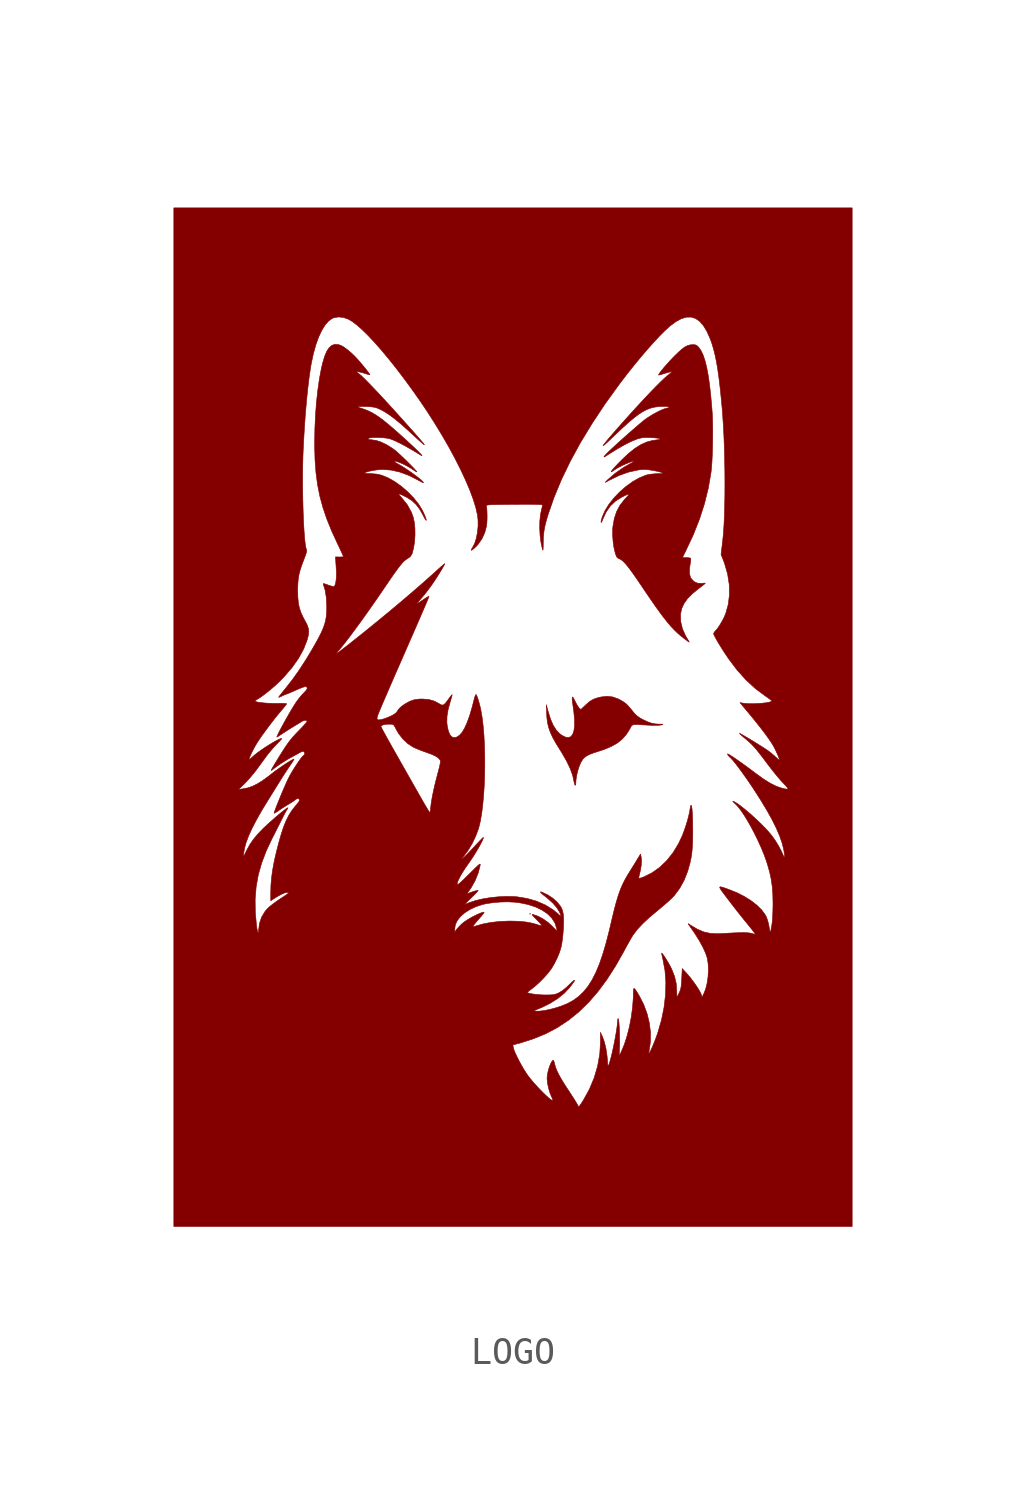
<source format=kicad_sym>
(kicad_symbol_lib
  (version 20220914)
  (generator bitmap2component)
  (symbol "LOGO"
    (pin_names
      (offset 1.016))
    (property "Reference" "#G"
      (at 0 18.436 0)
      (effects (font (size 1.27 1.27)) hide))
    (symbol "LOGO_0_0"
      (polyline (pts (xy 12.7 0) (xy 12.7 19.071) (xy 0 19.071) (xy -12.7 19.071) (xy -12.7 0) (xy -12.7 -2.705) (xy -10.274 -2.705) (xy -10.046 -2.481) (xy -9.983 -2.417) (xy -9.856 -2.277) (xy -9.728 -2.126) (xy -9.619 -1.987) (xy -9.565 -1.913) (xy -9.452 -1.758) (xy -9.335 -1.599) (xy -9.235 -1.462) (xy -9.188 -1.4) (xy -9.075 -1.26) (xy -8.955 -1.122) (xy -8.848 -1.009) (xy -8.792 -0.952) (xy -8.72 -0.877) (xy -8.674 -0.823) (xy -8.659 -0.8) (xy -8.661 -0.799) (xy -8.7 -0.803) (xy -8.776 -0.835) (xy -8.882 -0.889) (xy -9.008 -0.961) (xy -9.147 -1.045) (xy -9.29 -1.137) (xy -9.43 -1.232) (xy -9.557 -1.323) (xy -9.665 -1.407) (xy -9.745 -1.478) (xy -9.802 -1.531) (xy -9.854 -1.573) (xy -9.88 -1.583) (xy -9.881 -1.564) (xy -9.862 -1.502) (xy -9.822 -1.409) (xy -9.768 -1.296) (xy -9.705 -1.172) (xy -9.636 -1.049) (xy -9.568 -0.937) (xy -9.501 -0.835) (xy -9.382 -0.664) (xy -9.243 -0.473) (xy -9.093 -0.273) (xy -8.943 -0.078) (xy -8.801 0.1) (xy -8.678 0.247) (xy -8.611 0.325) (xy -8.541 0.41) (xy -8.494 0.472) (xy -8.476 0.502) (xy -8.476 0.503) (xy -8.506 0.511) (xy -8.581 0.516) (xy -8.691 0.518) (xy -8.823 0.516) (xy -8.938 0.515) (xy -9.102 0.519) (xy -9.262 0.528) (xy -9.408 0.542) (xy -9.529 0.558) (xy -9.614 0.578) (xy -9.654 0.598) (xy -9.655 0.6) (xy -9.639 0.629) (xy -9.587 0.664) (xy -9.501 0.715) (xy -9.37 0.806) (xy -9.218 0.922) (xy -9.056 1.054) (xy -8.897 1.193) (xy -8.749 1.331) (xy -8.565 1.52) (xy -8.272 1.861) (xy -8.031 2.202) (xy -7.844 2.543) (xy -7.712 2.881) (xy -7.668 3.044) (xy -7.649 3.189) (xy -7.662 3.321) (xy -7.708 3.457) (xy -7.791 3.615) (xy -7.843 3.711) (xy -7.933 3.9) (xy -7.997 4.083) (xy -8.037 4.277) (xy -8.057 4.495) (xy -8.062 4.754) (xy -8.062 4.819) (xy -8.055 5.017) (xy -8.039 5.19) (xy -8.011 5.352) (xy -7.967 5.519) (xy -7.905 5.706) (xy -7.821 5.928) (xy -7.797 5.99) (xy -7.754 6.109) (xy -7.731 6.191) (xy -7.726 6.246) (xy -7.736 6.283) (xy -7.748 6.316) (xy -7.769 6.417) (xy -7.789 6.566) (xy -7.808 6.757) (xy -7.824 6.985) (xy -7.839 7.244) (xy -7.852 7.529) (xy -7.862 7.832) (xy -7.87 8.15) (xy -7.875 8.476) (xy -7.878 8.805) (xy -7.877 9.131) (xy -7.873 9.448) (xy -7.866 9.75) (xy -7.855 10.033) (xy -7.841 10.306) (xy -7.81 10.843) (xy -7.773 11.36) (xy -7.731 11.848) (xy -7.685 12.301) (xy -7.635 12.712) (xy -7.583 13.073) (xy -7.551 13.258) (xy -7.473 13.618) (xy -7.382 13.944) (xy -7.278 14.232) (xy -7.164 14.478) (xy -7.04 14.679) (xy -6.91 14.83) (xy -6.773 14.929) (xy -6.701 14.959) (xy -6.533 14.986) (xy -6.35 14.967) (xy -6.166 14.903) (xy -6.02 14.817) (xy -5.842 14.682) (xy -5.641 14.504) (xy -5.419 14.285) (xy -5.179 14.029) (xy -4.923 13.738) (xy -4.654 13.415) (xy -4.373 13.063) (xy -4.085 12.685) (xy -3.791 12.284) (xy -3.494 11.863) (xy -3.239 11.486) (xy -2.946 11.031) (xy -2.67 10.578) (xy -2.412 10.132) (xy -2.176 9.696) (xy -1.963 9.275) (xy -1.776 8.875) (xy -1.616 8.499) (xy -1.488 8.153) (xy -1.391 7.84) (xy -1.33 7.565) (xy -1.309 7.382) (xy -1.308 7.15) (xy -1.331 6.917) (xy -1.375 6.697) (xy -1.437 6.503) (xy -1.517 6.35) (xy -1.519 6.347) (xy -1.56 6.278) (xy -1.565 6.249) (xy -1.534 6.26) (xy -1.47 6.309) (xy -1.376 6.397) (xy -1.307 6.471) (xy -1.165 6.676) (xy -1.057 6.91) (xy -0.991 7.159) (xy -0.98 7.254) (xy -0.972 7.393) (xy -0.97 7.546) (xy -0.974 7.697) (xy -0.982 7.827) (xy -0.996 7.918) (xy -0.996 7.92) (xy -0.991 7.931) (xy -0.971 7.939) (xy -0.929 7.947) (xy -0.861 7.952) (xy -0.762 7.957) (xy -0.626 7.96) (xy -0.449 7.963) (xy -0.226 7.966) (xy 0.05 7.968) (xy 0.07 7.968) (xy 0.35 7.97) (xy 0.577 7.97) (xy 0.757 7.969) (xy 0.895 7.966) (xy 0.994 7.962) (xy 1.059 7.957) (xy 1.095 7.949) (xy 1.105 7.94) (xy 1.101 7.912) (xy 1.086 7.84) (xy 1.062 7.748) (xy 1.024 7.555) (xy 1.003 7.322) (xy 1 7.068) (xy 1.013 6.809) (xy 1.044 6.562) (xy 1.09 6.343) (xy 1.107 6.285) (xy 1.117 6.256) (xy 1.124 6.261) (xy 1.128 6.307) (xy 1.131 6.399) (xy 1.132 6.542) (xy 1.132 6.554) (xy 1.139 6.757) (xy 1.157 6.942) (xy 1.189 7.126) (xy 1.238 7.327) (xy 1.306 7.563) (xy 1.532 8.216) (xy 1.81 8.888) (xy 2.142 9.576) (xy 2.525 10.279) (xy 2.961 10.997) (xy 3.447 11.729) (xy 3.984 12.473) (xy 4.015 12.514) (xy 4.271 12.848) (xy 4.529 13.172) (xy 4.785 13.483) (xy 5.034 13.774) (xy 5.271 14.04) (xy 5.491 14.276) (xy 5.69 14.475) (xy 5.862 14.632) (xy 5.872 14.641) (xy 6.094 14.808) (xy 6.3 14.92) (xy 6.492 14.978) (xy 6.67 14.981) (xy 6.836 14.929) (xy 6.989 14.822) (xy 7.131 14.659) (xy 7.263 14.441) (xy 7.384 14.168) (xy 7.446 13.996) (xy 7.508 13.79) (xy 7.565 13.564) (xy 7.617 13.312) (xy 7.665 13.031) (xy 7.71 12.713) (xy 7.753 12.355) (xy 7.795 11.95) (xy 7.837 11.494) (xy 7.849 11.335) (xy 7.875 10.951) (xy 7.897 10.541) (xy 7.913 10.111) (xy 7.925 9.669) (xy 7.933 9.222) (xy 7.936 8.779) (xy 7.934 8.347) (xy 7.927 7.933) (xy 7.916 7.546) (xy 7.9 7.192) (xy 7.879 6.879) (xy 7.853 6.616) (xy 7.791 6.094) (xy 7.877 5.877) (xy 7.926 5.745) (xy 8.037 5.354) (xy 8.097 4.968) (xy 8.105 4.591) (xy 8.062 4.228) (xy 7.965 3.882) (xy 7.958 3.862) (xy 7.896 3.72) (xy 7.816 3.57) (xy 7.73 3.427) (xy 7.645 3.306) (xy 7.571 3.223) (xy 7.532 3.176) (xy 7.512 3.123) (xy 7.519 3.099) (xy 7.552 3.027) (xy 7.609 2.922) (xy 7.684 2.792) (xy 7.773 2.646) (xy 7.87 2.492) (xy 7.971 2.338) (xy 8.07 2.192) (xy 8.073 2.187) (xy 8.391 1.766) (xy 8.722 1.397) (xy 9.07 1.076) (xy 9.44 0.799) (xy 9.511 0.75) (xy 9.601 0.685) (xy 9.664 0.635) (xy 9.689 0.609) (xy 9.689 0.603) (xy 9.656 0.58) (xy 9.579 0.558) (xy 9.468 0.539) (xy 9.332 0.524) (xy 9.18 0.513) (xy 9.024 0.506) (xy 8.872 0.505) (xy 8.735 0.511) (xy 8.622 0.524) (xy 8.498 0.545) (xy 8.839 0.137) (xy 8.866 0.104) (xy 9.072 -0.147) (xy 9.261 -0.385) (xy 9.428 -0.604) (xy 9.569 -0.798) (xy 9.68 -0.962) (xy 9.757 -1.089) (xy 9.769 -1.112) (xy 9.829 -1.231) (xy 9.886 -1.353) (xy 9.934 -1.463) (xy 9.966 -1.55) (xy 9.979 -1.6) (xy 9.979 -1.601) (xy 9.96 -1.597) (xy 9.911 -1.561) (xy 9.844 -1.5) (xy 9.778 -1.439) (xy 9.663 -1.342) (xy 9.553 -1.257) (xy 9.514 -1.23) (xy 9.42 -1.168) (xy 9.3 -1.091) (xy 9.161 -1.004) (xy 9.014 -0.913) (xy 8.869 -0.825) (xy 8.734 -0.744) (xy 8.619 -0.677) (xy 8.533 -0.629) (xy 8.485 -0.605) (xy 8.481 -0.61) (xy 8.511 -0.642) (xy 8.573 -0.698) (xy 8.66 -0.772) (xy 8.728 -0.827) (xy 8.833 -0.918) (xy 8.929 -1.009) (xy 9.023 -1.108) (xy 9.121 -1.221) (xy 9.231 -1.358) (xy 9.36 -1.525) (xy 9.514 -1.731) (xy 9.526 -1.747) (xy 9.653 -1.913) (xy 9.784 -2.079) (xy 9.911 -2.234) (xy 10.024 -2.365) (xy 10.113 -2.462) (xy 10.129 -2.479) (xy 10.227 -2.581) (xy 10.282 -2.649) (xy 10.293 -2.687) (xy 10.259 -2.697) (xy 10.179 -2.684) (xy 10.051 -2.653) (xy 10.05 -2.652) (xy 9.851 -2.583) (xy 9.629 -2.471) (xy 9.379 -2.315) (xy 9.1 -2.113) (xy 8.952 -2.002) (xy 8.75 -1.852) (xy 8.557 -1.713) (xy 8.383 -1.59) (xy 8.236 -1.49) (xy 8.126 -1.419) (xy 8.082 -1.393) (xy 8.04 -1.372) (xy 8.031 -1.378) (xy 8.047 -1.412) (xy 8.084 -1.464) (xy 8.145 -1.523) (xy 8.166 -1.543) (xy 8.232 -1.615) (xy 8.32 -1.723) (xy 8.427 -1.861) (xy 8.546 -2.02) (xy 8.671 -2.195) (xy 8.799 -2.377) (xy 8.923 -2.559) (xy 8.998 -2.672) (xy 9.27 -3.096) (xy 9.504 -3.484) (xy 9.701 -3.837) (xy 9.861 -4.159) (xy 9.986 -4.451) (xy 10.077 -4.715) (xy 10.136 -4.955) (xy 10.148 -5.023) (xy 10.167 -5.149) (xy 10.171 -5.222) (xy 10.16 -5.242) (xy 10.134 -5.208) (xy 10.094 -5.12) (xy 10.058 -5.037) (xy 9.953 -4.835) (xy 9.825 -4.625) (xy 9.686 -4.429) (xy 9.668 -4.407) (xy 9.562 -4.281) (xy 9.432 -4.141) (xy 9.285 -3.992) (xy 9.126 -3.84) (xy 8.963 -3.69) (xy 8.8 -3.548) (xy 8.646 -3.42) (xy 8.506 -3.31) (xy 8.386 -3.225) (xy 8.292 -3.17) (xy 8.232 -3.15) (xy 8.234 -3.16) (xy 8.269 -3.197) (xy 8.33 -3.253) (xy 8.415 -3.339) (xy 8.527 -3.482) (xy 8.651 -3.663) (xy 8.782 -3.876) (xy 8.916 -4.112) (xy 9.048 -4.364) (xy 9.176 -4.625) (xy 9.294 -4.886) (xy 9.398 -5.139) (xy 9.485 -5.378) (xy 9.527 -5.51) (xy 9.61 -5.798) (xy 9.668 -6.069) (xy 9.707 -6.343) (xy 9.729 -6.636) (xy 9.736 -6.967) (xy 9.735 -7.073) (xy 9.731 -7.277) (xy 9.723 -7.463) (xy 9.713 -7.62) (xy 9.699 -7.734) (xy 9.69 -7.79) (xy 9.667 -7.926) (xy 9.649 -8.01) (xy 9.635 -8.043) (xy 9.622 -8.03) (xy 9.609 -7.971) (xy 9.593 -7.87) (xy 9.592 -7.862) (xy 9.565 -7.726) (xy 9.527 -7.589) (xy 9.487 -7.48) (xy 9.444 -7.398) (xy 9.312 -7.218) (xy 9.132 -7.041) (xy 8.913 -6.87) (xy 8.66 -6.712) (xy 8.38 -6.57) (xy 8.079 -6.45) (xy 8.001 -6.422) (xy 7.881 -6.38) (xy 7.798 -6.356) (xy 7.751 -6.353) (xy 7.739 -6.376) (xy 7.763 -6.428) (xy 7.821 -6.514) (xy 7.913 -6.637) (xy 8.039 -6.803) (xy 8.158 -6.96) (xy 8.294 -7.135) (xy 8.427 -7.306) (xy 8.547 -7.457) (xy 8.644 -7.577) (xy 8.713 -7.661) (xy 8.847 -7.827) (xy 8.949 -7.954) (xy 9.018 -8.044) (xy 9.059 -8.1) (xy 9.072 -8.125) (xy 9.062 -8.127) (xy 9.014 -8.119) (xy 8.937 -8.097) (xy 8.896 -8.087) (xy 8.825 -8.076) (xy 8.734 -8.069) (xy 8.615 -8.067) (xy 8.464 -8.07) (xy 8.274 -8.077) (xy 8.039 -8.089) (xy 7.753 -8.105) (xy 7.658 -8.109) (xy 7.391 -8.096) (xy 7.146 -8.042) (xy 6.907 -7.942) (xy 6.662 -7.795) (xy 6.599 -7.752) (xy 6.562 -7.731) (xy 6.56 -7.74) (xy 6.585 -7.777) (xy 6.6 -7.798) (xy 6.801 -8.088) (xy 6.971 -8.359) (xy 7.107 -8.606) (xy 7.208 -8.825) (xy 7.271 -9.009) (xy 7.273 -9.017) (xy 7.307 -9.228) (xy 7.317 -9.466) (xy 7.304 -9.715) (xy 7.269 -9.958) (xy 7.214 -10.18) (xy 7.141 -10.364) (xy 7.077 -10.486) (xy 7.054 -10.397) (xy 7.042 -10.364) (xy 6.994 -10.267) (xy 6.92 -10.143) (xy 6.827 -10.005) (xy 6.724 -9.862) (xy 6.619 -9.726) (xy 6.517 -9.608) (xy 6.336 -9.412) (xy 6.319 -9.779) (xy 6.31 -9.936) (xy 6.299 -10.058) (xy 6.284 -10.151) (xy 6.261 -10.23) (xy 6.228 -10.309) (xy 6.192 -10.387) (xy 6.16 -10.448) (xy 6.143 -10.472) (xy 6.141 -10.469) (xy 6.136 -10.427) (xy 6.133 -10.345) (xy 6.131 -10.238) (xy 6.112 -9.975) (xy 6.049 -9.704) (xy 5.938 -9.425) (xy 5.933 -9.415) (xy 5.881 -9.315) (xy 5.819 -9.203) (xy 5.752 -9.09) (xy 5.687 -8.987) (xy 5.63 -8.903) (xy 5.588 -8.849) (xy 5.567 -8.834) (xy 5.566 -8.836) (xy 5.57 -8.876) (xy 5.586 -8.954) (xy 5.61 -9.056) (xy 5.615 -9.077) (xy 5.691 -9.49) (xy 5.723 -9.93) (xy 5.711 -10.391) (xy 5.656 -10.865) (xy 5.558 -11.347) (xy 5.418 -11.828) (xy 5.4 -11.88) (xy 5.349 -12.021) (xy 5.293 -12.165) (xy 5.237 -12.302) (xy 5.184 -12.423) (xy 5.139 -12.518) (xy 5.106 -12.579) (xy 5.088 -12.595) (xy 5.087 -12.589) (xy 5.09 -12.54) (xy 5.102 -12.454) (xy 5.12 -12.344) (xy 5.147 -12.133) (xy 5.148 -11.797) (xy 5.105 -11.45) (xy 5.02 -11.101) (xy 4.895 -10.762) (xy 4.733 -10.444) (xy 4.677 -10.35) (xy 4.608 -10.24) (xy 4.561 -10.175) (xy 4.532 -10.155) (xy 4.515 -10.178) (xy 4.509 -10.242) (xy 4.507 -10.345) (xy 4.503 -10.523) (xy 4.476 -10.875) (xy 4.427 -11.238) (xy 4.357 -11.598) (xy 4.27 -11.942) (xy 4.168 -12.257) (xy 4.054 -12.53) (xy 3.972 -12.7) (xy 3.988 -12.402) (xy 3.99 -12.379) (xy 3.993 -12.242) (xy 3.994 -12.088) (xy 3.991 -11.924) (xy 3.986 -11.761) (xy 3.979 -11.608) (xy 3.97 -11.475) (xy 3.96 -11.37) (xy 3.949 -11.303) (xy 3.938 -11.283) (xy 3.934 -11.286) (xy 3.918 -11.331) (xy 3.912 -11.403) (xy 3.91 -11.453) (xy 3.897 -11.585) (xy 3.872 -11.754) (xy 3.839 -11.948) (xy 3.8 -12.157) (xy 3.757 -12.368) (xy 3.712 -12.57) (xy 3.668 -12.751) (xy 3.627 -12.899) (xy 3.592 -13.004) (xy 3.588 -13.011) (xy 3.571 -13.049) (xy 3.56 -13.056) (xy 3.551 -13.028) (xy 3.544 -12.957) (xy 3.535 -12.835) (xy 3.521 -12.681) (xy 3.48 -12.405) (xy 3.422 -12.164) (xy 3.35 -11.966) (xy 3.274 -11.8) (xy 3.273 -12.193) (xy 3.249 -12.607) (xy 3.17 -13.059) (xy 3.039 -13.505) (xy 2.858 -13.938) (xy 2.628 -14.353) (xy 2.588 -14.416) (xy 2.529 -14.504) (xy 2.484 -14.565) (xy 2.462 -14.587) (xy 2.446 -14.575) (xy 2.423 -14.528) (xy 2.422 -14.525) (xy 2.397 -14.479) (xy 2.346 -14.394) (xy 2.275 -14.28) (xy 2.188 -14.145) (xy 2.091 -13.996) (xy 1.942 -13.768) (xy 1.814 -13.56) (xy 1.715 -13.383) (xy 1.642 -13.232) (xy 1.591 -13.1) (xy 1.558 -12.98) (xy 1.543 -12.917) (xy 1.52 -12.859) (xy 1.5 -12.844) (xy 1.498 -12.845) (xy 1.45 -12.9) (xy 1.4 -12.997) (xy 1.353 -13.122) (xy 1.314 -13.26) (xy 1.286 -13.396) (xy 1.276 -13.517) (xy 1.276 -13.539) (xy 1.292 -13.7) (xy 1.328 -13.88) (xy 1.379 -14.056) (xy 1.437 -14.2) (xy 1.463 -14.256) (xy 1.488 -14.321) (xy 1.491 -14.353) (xy 1.469 -14.352) (xy 1.413 -14.318) (xy 1.331 -14.252) (xy 1.229 -14.159) (xy 1.113 -14.047) (xy 0.991 -13.922) (xy 0.867 -13.789) (xy 0.748 -13.655) (xy 0.641 -13.527) (xy 0.551 -13.409) (xy 0.509 -13.349) (xy 0.42 -13.209) (xy 0.327 -13.051) (xy 0.236 -12.886) (xy 0.154 -12.724) (xy 0.085 -12.577) (xy 0.036 -12.457) (xy 0.011 -12.372) (xy -0.004 -12.274) (xy 0.321 -12.184) (xy 0.779 -12.037) (xy 1.239 -11.847) (xy 1.671 -11.617) (xy 2.08 -11.347) (xy 2.467 -11.034) (xy 2.834 -10.676) (xy 3.185 -10.271) (xy 3.521 -9.816) (xy 3.846 -9.309) (xy 4.162 -8.748) (xy 4.212 -8.653) (xy 4.298 -8.498) (xy 4.379 -8.354) (xy 4.448 -8.234) (xy 4.498 -8.153) (xy 4.505 -8.143) (xy 4.654 -7.948) (xy 4.852 -7.736) (xy 5.099 -7.504) (xy 5.398 -7.253) (xy 5.494 -7.174) (xy 5.639 -7.052) (xy 5.775 -6.934) (xy 5.891 -6.83) (xy 5.973 -6.75) (xy 6.051 -6.665) (xy 6.243 -6.406) (xy 6.406 -6.111) (xy 6.532 -5.792) (xy 6.569 -5.671) (xy 6.626 -5.467) (xy 6.668 -5.271) (xy 6.698 -5.071) (xy 6.717 -4.853) (xy 6.728 -4.605) (xy 6.731 -4.314) (xy 6.731 -4.168) (xy 6.728 -3.927) (xy 6.722 -3.721) (xy 6.713 -3.553) (xy 6.702 -3.424) (xy 6.689 -3.338) (xy 6.674 -3.297) (xy 6.658 -3.305) (xy 6.641 -3.364) (xy 6.623 -3.477) (xy 6.614 -3.536) (xy 6.58 -3.69) (xy 6.532 -3.873) (xy 6.472 -4.069) (xy 6.406 -4.261) (xy 6.34 -4.435) (xy 6.199 -4.735) (xy 5.995 -5.071) (xy 5.76 -5.367) (xy 5.498 -5.619) (xy 5.211 -5.824) (xy 4.902 -5.979) (xy 4.815 -6.012) (xy 4.746 -6.032) (xy 4.713 -6.034) (xy 4.711 -6.009) (xy 4.721 -5.944) (xy 4.743 -5.854) (xy 4.775 -5.717) (xy 4.803 -5.534) (xy 4.811 -5.368) (xy 4.799 -5.237) (xy 4.774 -5.124) (xy 4.664 -5.308) (xy 4.629 -5.365) (xy 4.553 -5.489) (xy 4.467 -5.628) (xy 4.384 -5.761) (xy 4.384 -5.761) (xy 4.284 -5.924) (xy 4.196 -6.078) (xy 4.119 -6.229) (xy 4.049 -6.385) (xy 3.984 -6.554) (xy 3.921 -6.742) (xy 3.858 -6.956) (xy 3.792 -7.205) (xy 3.721 -7.495) (xy 3.642 -7.833) (xy 3.603 -7.997) (xy 3.484 -8.462) (xy 3.362 -8.875) (xy 3.236 -9.24) (xy 3.103 -9.559) (xy 2.962 -9.836) (xy 2.81 -10.075) (xy 2.646 -10.278) (xy 2.468 -10.45) (xy 2.274 -10.593) (xy 2.063 -10.711) (xy 1.983 -10.748) (xy 1.786 -10.825) (xy 1.573 -10.893) (xy 1.359 -10.948) (xy 1.156 -10.988) (xy 0.977 -11.008) (xy 0.836 -11.007) (xy 0.826 -11.005) (xy 0.798 -10.998) (xy 0.806 -10.983) (xy 0.857 -10.959) (xy 0.955 -10.919) (xy 1.096 -10.861) (xy 1.401 -10.708) (xy 1.678 -10.532) (xy 1.917 -10.339) (xy 2.109 -10.137) (xy 2.175 -10.053) (xy 2.254 -9.946) (xy 2.298 -9.877) (xy 2.305 -9.848) (xy 2.277 -9.86) (xy 2.213 -9.914) (xy 2.113 -10.01) (xy 1.99 -10.127) (xy 1.843 -10.245) (xy 1.712 -10.323) (xy 1.698 -10.33) (xy 1.621 -10.362) (xy 1.551 -10.383) (xy 1.471 -10.395) (xy 1.365 -10.4) (xy 1.219 -10.401) (xy 1.162 -10.401) (xy 1.016 -10.394) (xy 0.872 -10.382) (xy 0.742 -10.365) (xy 0.636 -10.346) (xy 0.565 -10.325) (xy 0.54 -10.305) (xy 0.54 -10.305) (xy 0.563 -10.28) (xy 0.621 -10.233) (xy 0.7 -10.174) (xy 0.703 -10.172) (xy 0.841 -10.062) (xy 0.996 -9.92) (xy 1.152 -9.762) (xy 1.294 -9.604) (xy 1.407 -9.46) (xy 1.436 -9.419) (xy 1.546 -9.234) (xy 1.65 -9.026) (xy 1.737 -8.817) (xy 1.797 -8.627) (xy 1.821 -8.514) (xy 1.849 -8.329) (xy 1.872 -8.118) (xy 1.888 -7.901) (xy 1.896 -7.696) (xy 1.894 -7.521) (xy 1.894 -7.513) (xy 1.88 -7.361) (xy 1.855 -7.245) (xy 1.814 -7.144) (xy 1.786 -7.092) (xy 1.663 -6.934) (xy 1.499 -6.785) (xy 1.304 -6.656) (xy 1.09 -6.555) (xy 1.058 -6.544) (xy 1.025 -6.543) (xy 1.04 -6.572) (xy 1.103 -6.63) (xy 1.215 -6.719) (xy 1.295 -6.782) (xy 1.492 -6.96) (xy 1.643 -7.135) (xy 1.744 -7.3) (xy 1.772 -7.364) (xy 1.797 -7.428) (xy 1.803 -7.456) (xy 1.791 -7.451) (xy 1.747 -7.418) (xy 1.684 -7.363) (xy 1.496 -7.209) (xy 1.206 -7.03) (xy 0.879 -6.888) (xy 0.523 -6.786) (xy 0.143 -6.725) (xy 0.02 -6.716) (xy -0.259 -6.711) (xy -0.556 -6.726) (xy -0.856 -6.758) (xy -1.145 -6.806) (xy -1.407 -6.868) (xy -1.628 -6.942) (xy -1.71 -6.974) (xy -1.777 -7) (xy -1.808 -7.01) (xy -1.808 -7.009) (xy -1.787 -6.984) (xy -1.733 -6.929) (xy -1.653 -6.851) (xy -1.555 -6.758) (xy -1.537 -6.74) (xy -1.442 -6.646) (xy -1.367 -6.568) (xy -1.319 -6.513) (xy -1.306 -6.488) (xy -1.315 -6.485) (xy -1.366 -6.493) (xy -1.453 -6.517) (xy -1.563 -6.554) (xy -1.684 -6.6) (xy -1.69 -6.602) (xy -1.703 -6.594) (xy -1.682 -6.55) (xy -1.624 -6.467) (xy -1.559 -6.373) (xy -1.415 -6.113) (xy -1.302 -5.833) (xy -1.231 -5.555) (xy -1.227 -5.527) (xy -1.228 -5.505) (xy -1.241 -5.501) (xy -1.271 -5.519) (xy -1.321 -5.562) (xy -1.398 -5.635) (xy -1.505 -5.74) (xy -1.647 -5.881) (xy -1.762 -5.994) (xy -1.887 -6.115) (xy -1.979 -6.199) (xy -2.042 -6.25) (xy -2.078 -6.271) (xy -2.092 -6.263) (xy -2.093 -6.262) (xy -2.083 -6.194) (xy -2.043 -6.09) (xy -1.975 -5.956) (xy -1.883 -5.799) (xy -1.772 -5.628) (xy -1.646 -5.449) (xy -1.601 -5.386) (xy -1.515 -5.258) (xy -1.426 -5.118) (xy -1.339 -4.974) (xy -1.26 -4.835) (xy -1.192 -4.71) (xy -1.141 -4.606) (xy -1.112 -4.534) (xy -1.109 -4.5) (xy -1.129 -4.514) (xy -1.181 -4.565) (xy -1.258 -4.645) (xy -1.356 -4.748) (xy -1.467 -4.869) (xy -1.569 -4.978) (xy -1.677 -5.091) (xy -1.769 -5.184) (xy -1.839 -5.25) (xy -1.878 -5.281) (xy -1.891 -5.288) (xy -1.92 -5.3) (xy -1.913 -5.284) (xy -1.869 -5.233) (xy -1.846 -5.207) (xy -1.684 -4.99) (xy -1.531 -4.736) (xy -1.398 -4.458) (xy -1.293 -4.176) (xy -1.285 -4.152) (xy -1.228 -3.921) (xy -1.178 -3.642) (xy -1.137 -3.325) (xy -1.104 -2.975) (xy -1.079 -2.603) (xy -1.063 -2.214) (xy -1.056 -1.817) (xy -1.058 -1.421) (xy -1.069 -1.032) (xy -1.089 -0.66) (xy -1.119 -0.311) (xy -1.158 0.006) (xy -1.206 0.284) (xy -1.228 0.381) (xy -1.264 0.522) (xy -1.301 0.65) (xy -1.337 0.755) (xy -1.367 0.825) (xy -1.388 0.851) (xy -1.39 0.851) (xy -1.409 0.817) (xy -1.434 0.745) (xy -1.461 0.646) (xy -1.529 0.379) (xy -1.621 0.067) (xy -1.716 -0.197) (xy -1.812 -0.41) (xy -1.908 -0.572) (xy -2.004 -0.678) (xy -2.103 -0.744) (xy -2.205 -0.768) (xy -2.292 -0.738) (xy -2.364 -0.653) (xy -2.421 -0.515) (xy -2.463 -0.323) (xy -2.477 -0.19) (xy -2.471 0.036) (xy -2.43 0.284) (xy -2.353 0.565) (xy -2.33 0.641) (xy -2.301 0.742) (xy -2.283 0.814) (xy -2.279 0.844) (xy -2.281 0.844) (xy -2.306 0.819) (xy -2.353 0.761) (xy -2.413 0.678) (xy -2.458 0.616) (xy -2.532 0.521) (xy -2.591 0.468) (xy -2.644 0.452) (xy -2.703 0.468) (xy -2.776 0.512) (xy -2.945 0.602) (xy -3.156 0.662) (xy -3.402 0.681) (xy -3.523 0.677) (xy -3.704 0.651) (xy -3.868 0.594) (xy -4.039 0.498) (xy -4.101 0.457) (xy -4.21 0.374) (xy -4.288 0.291) (xy -4.35 0.196) (xy -4.398 0.146) (xy -4.482 0.089) (xy -4.592 0.033) (xy -4.714 -0.019) (xy -4.837 -0.063) (xy -4.947 -0.092) (xy -5.033 -0.102) (xy -5.082 -0.089) (xy -5.083 -0.088) (xy -5.092 -0.039) (xy -5.074 0.047) (xy -5.053 0.101) (xy -5.011 0.205) (xy -4.948 0.355) (xy -4.867 0.547) (xy -4.767 0.778) (xy -4.652 1.045) (xy -4.522 1.345) (xy -4.379 1.674) (xy -4.223 2.029) (xy -4.17 2.15) (xy -3.99 2.562) (xy -3.831 2.925) (xy -3.692 3.243) (xy -3.572 3.518) (xy -3.47 3.753) (xy -3.385 3.951) (xy -3.314 4.114) (xy -3.258 4.246) (xy -3.215 4.348) (xy -3.183 4.425) (xy -3.162 4.479) (xy -3.15 4.512) (xy -3.147 4.527) (xy -3.151 4.527) (xy -3.19 4.507) (xy -3.261 4.464) (xy -3.352 4.405) (xy -3.388 4.381) (xy -3.482 4.318) (xy -3.557 4.269) (xy -3.598 4.243) (xy -3.599 4.242) (xy -3.595 4.256) (xy -3.558 4.304) (xy -3.496 4.379) (xy -3.413 4.475) (xy -3.32 4.585) (xy -3.199 4.739) (xy -3.078 4.903) (xy -2.972 5.054) (xy -2.922 5.13) (xy -2.824 5.282) (xy -2.734 5.425) (xy -2.659 5.55) (xy -2.601 5.651) (xy -2.566 5.719) (xy -2.557 5.748) (xy -2.566 5.743) (xy -2.609 5.708) (xy -2.683 5.645) (xy -2.779 5.559) (xy -2.892 5.458) (xy -2.98 5.377) (xy -3.347 5.05) (xy -3.751 4.699) (xy -4.184 4.329) (xy -4.64 3.947) (xy -5.111 3.56) (xy -5.588 3.172) (xy -6.066 2.792) (xy -6.211 2.678) (xy -6.363 2.559) (xy -6.476 2.473) (xy -6.553 2.417) (xy -6.597 2.389) (xy -6.61 2.389) (xy -6.596 2.414) (xy -6.558 2.463) (xy -6.498 2.533) (xy -6.4 2.65) (xy -6.257 2.83) (xy -6.091 3.047) (xy -5.906 3.296) (xy -5.706 3.57) (xy -5.495 3.865) (xy -5.277 4.173) (xy -5.057 4.49) (xy -4.838 4.81) (xy -4.804 4.861) (xy -4.635 5.109) (xy -4.493 5.314) (xy -4.374 5.481) (xy -4.275 5.615) (xy -4.192 5.72) (xy -4.122 5.8) (xy -4.061 5.859) (xy -4.005 5.903) (xy -3.952 5.936) (xy -3.849 6.009) (xy -3.788 6.101) (xy -3.774 6.14) (xy -3.721 6.339) (xy -3.686 6.572) (xy -3.669 6.82) (xy -3.672 7.068) (xy -3.695 7.297) (xy -3.738 7.492) (xy -3.808 7.681) (xy -3.961 7.957) (xy -4.166 8.213) (xy -4.172 8.22) (xy -4.241 8.297) (xy -4.274 8.344) (xy -4.266 8.361) (xy -4.218 8.348) (xy -4.125 8.306) (xy -3.986 8.236) (xy -3.965 8.225) (xy -3.785 8.109) (xy -3.632 7.967) (xy -3.496 7.79) (xy -3.369 7.566) (xy -3.357 7.54) (xy -3.3 7.435) (xy -3.263 7.379) (xy -3.246 7.368) (xy -3.248 7.399) (xy -3.27 7.468) (xy -3.312 7.571) (xy -3.373 7.705) (xy -3.394 7.748) (xy -3.537 7.98) (xy -3.722 8.212) (xy -3.938 8.435) (xy -4.176 8.64) (xy -4.426 8.819) (xy -4.676 8.962) (xy -4.918 9.06) (xy -5.081 9.1) (xy -5.349 9.123) (xy -5.389 9.123) (xy -5.484 9.127) (xy -5.545 9.134) (xy -5.562 9.143) (xy -5.555 9.149) (xy -5.49 9.178) (xy -5.386 9.208) (xy -5.256 9.235) (xy -5.114 9.258) (xy -4.974 9.271) (xy -4.887 9.275) (xy -4.571 9.253) (xy -4.243 9.179) (xy -3.906 9.056) (xy -3.567 8.884) (xy -3.535 8.866) (xy -3.446 8.818) (xy -3.382 8.788) (xy -3.353 8.78) (xy -3.352 8.788) (xy -3.381 8.826) (xy -3.446 8.887) (xy -3.542 8.964) (xy -3.658 9.054) (xy -3.789 9.149) (xy -3.927 9.245) (xy -4.064 9.336) (xy -4.193 9.416) (xy -4.305 9.48) (xy -4.32 9.488) (xy -4.399 9.534) (xy -4.447 9.569) (xy -4.455 9.586) (xy -4.434 9.589) (xy -4.357 9.575) (xy -4.25 9.537) (xy -4.122 9.483) (xy -3.986 9.415) (xy -3.853 9.34) (xy -3.735 9.263) (xy -3.675 9.222) (xy -3.621 9.19) (xy -3.6 9.185) (xy -3.608 9.199) (xy -3.649 9.248) (xy -3.719 9.324) (xy -3.812 9.419) (xy -3.918 9.527) (xy -4.032 9.639) (xy -4.146 9.749) (xy -4.251 9.848) (xy -4.341 9.93) (xy -4.408 9.987) (xy -4.52 10.07) (xy -4.731 10.202) (xy -4.938 10.302) (xy -5.133 10.365) (xy -5.304 10.387) (xy -5.375 10.393) (xy -5.421 10.41) (xy -5.425 10.432) (xy -5.379 10.454) (xy -5.374 10.456) (xy -5.281 10.468) (xy -5.151 10.473) (xy -5.002 10.47) (xy -4.851 10.461) (xy -4.718 10.447) (xy -4.619 10.426) (xy -4.606 10.422) (xy -4.447 10.362) (xy -4.249 10.268) (xy -4.013 10.143) (xy -3.744 9.988) (xy -3.444 9.806) (xy -3.434 9.8) (xy -3.408 9.79) (xy -3.421 9.815) (xy -3.473 9.874) (xy -3.562 9.963) (xy -3.684 10.082) (xy -3.84 10.227) (xy -4.025 10.398) (xy -4.194 10.55) (xy -4.436 10.765) (xy -4.647 10.946) (xy -4.831 11.097) (xy -4.995 11.221) (xy -5.143 11.321) (xy -5.281 11.403) (xy -5.414 11.468) (xy -5.547 11.522) (xy -5.685 11.568) (xy -5.761 11.593) (xy -5.803 11.614) (xy -5.795 11.628) (xy -5.735 11.635) (xy -5.622 11.636) (xy -5.454 11.63) (xy -5.362 11.625) (xy -5.245 11.614) (xy -5.152 11.596) (xy -5.063 11.565) (xy -4.957 11.517) (xy -4.845 11.459) (xy -4.651 11.336) (xy -4.433 11.175) (xy -4.189 10.973) (xy -3.915 10.728) (xy -3.832 10.652) (xy -3.65 10.484) (xy -3.509 10.355) (xy -3.407 10.265) (xy -3.344 10.213) (xy -3.319 10.2) (xy -3.332 10.225) (xy -3.382 10.287) (xy -3.468 10.388) (xy -3.589 10.527) (xy -3.745 10.703) (xy -4.008 10.998) (xy -4.286 11.308) (xy -4.549 11.598) (xy -4.794 11.866) (xy -5.019 12.108) (xy -5.221 12.322) (xy -5.397 12.505) (xy -5.544 12.654) (xy -5.659 12.765) (xy -5.74 12.837) (xy -5.882 12.95) (xy -5.769 12.929) (xy -5.725 12.92) (xy -5.616 12.892) (xy -5.507 12.858) (xy -5.444 12.839) (xy -5.382 12.823) (xy -5.358 12.823) (xy -5.361 12.832) (xy -5.393 12.88) (xy -5.451 12.958) (xy -5.529 13.057) (xy -5.619 13.168) (xy -5.716 13.282) (xy -5.81 13.391) (xy -5.91 13.499) (xy -6.057 13.64) (xy -6.203 13.763) (xy -6.336 13.86) (xy -6.446 13.921) (xy -6.533 13.95) (xy -6.664 13.961) (xy -6.779 13.925) (xy -6.882 13.838) (xy -6.973 13.701) (xy -7.054 13.51) (xy -7.127 13.264) (xy -7.173 13.071) (xy -7.247 12.681) (xy -7.309 12.248) (xy -7.36 11.782) (xy -7.397 11.29) (xy -7.419 10.782) (xy -7.427 10.266) (xy -7.427 10.139) (xy -7.413 9.624) (xy -7.377 9.148) (xy -7.318 8.701) (xy -7.232 8.271) (xy -7.117 7.848) (xy -6.971 7.419) (xy -6.791 6.975) (xy -6.574 6.502) (xy -6.507 6.362) (xy -6.444 6.229) (xy -6.394 6.121) (xy -6.362 6.047) (xy -6.35 6.016) (xy -6.362 6.008) (xy -6.416 6) (xy -6.499 5.998) (xy -6.648 6.002) (xy -6.641 5.903) (xy -6.639 5.871) (xy -6.633 5.776) (xy -6.625 5.653) (xy -6.617 5.519) (xy -6.613 5.452) (xy -6.613 5.289) (xy -6.623 5.141) (xy -6.642 5.019) (xy -6.669 4.933) (xy -6.702 4.892) (xy -6.704 4.892) (xy -6.75 4.896) (xy -6.831 4.917) (xy -6.93 4.951) (xy -6.942 4.955) (xy -7.035 4.989) (xy -7.087 5.002) (xy -7.106 4.997) (xy -7.102 4.973) (xy -7.034 4.751) (xy -6.989 4.467) (xy -6.974 4.143) (xy -6.974 4.128) (xy -6.978 3.949) (xy -6.99 3.787) (xy -7.014 3.635) (xy -7.053 3.485) (xy -7.109 3.327) (xy -7.185 3.155) (xy -7.284 2.96) (xy -7.409 2.734) (xy -7.563 2.469) (xy -7.749 2.16) (xy -8.007 1.762) (xy -8.26 1.405) (xy -8.516 1.079) (xy -8.562 1.023) (xy -8.649 0.915) (xy -8.718 0.828) (xy -8.762 0.768) (xy -8.775 0.744) (xy -8.769 0.743) (xy -8.725 0.757) (xy -8.656 0.789) (xy -8.636 0.799) (xy -8.547 0.839) (xy -8.476 0.866) (xy -8.431 0.882) (xy -8.343 0.919) (xy -8.229 0.968) (xy -8.102 1.025) (xy -7.986 1.075) (xy -7.878 1.117) (xy -7.798 1.142) (xy -7.757 1.147) (xy -7.716 1.121) (xy -7.705 1.075) (xy -7.74 1.009) (xy -7.824 0.919) (xy -7.833 0.911) (xy -7.921 0.817) (xy -8.017 0.7) (xy -8.103 0.585) (xy -8.139 0.531) (xy -8.211 0.417) (xy -8.294 0.281) (xy -8.382 0.13) (xy -8.473 -0.028) (xy -8.561 -0.186) (xy -8.644 -0.337) (xy -8.718 -0.475) (xy -8.778 -0.592) (xy -8.821 -0.682) (xy -8.842 -0.736) (xy -8.839 -0.749) (xy -8.832 -0.744) (xy -8.78 -0.711) (xy -8.7 -0.658) (xy -8.604 -0.595) (xy -8.603 -0.595) (xy -8.475 -0.511) (xy -8.329 -0.419) (xy -8.198 -0.338) (xy -8.171 -0.322) (xy -8.065 -0.258) (xy -7.974 -0.202) (xy -7.914 -0.165) (xy -7.864 -0.139) (xy -7.789 -0.118) (xy -7.733 -0.122) (xy -7.711 -0.153) (xy -7.714 -0.162) (xy -7.747 -0.209) (xy -7.811 -0.285) (xy -7.869 -0.347) (xy -4.943 -0.347) (xy -4.938 -0.33) (xy -4.891 -0.298) (xy -4.807 -0.275) (xy -4.698 -0.262) (xy -4.578 -0.262) (xy -4.539 -0.265) (xy -4.492 -0.277) (xy -4.456 -0.307) (xy -4.419 -0.366) (xy -4.369 -0.465) (xy -4.275 -0.625) (xy -4.12 -0.82) (xy -3.94 -0.989) (xy -3.749 -1.115) (xy -3.676 -1.15) (xy -3.541 -1.208) (xy -3.388 -1.267) (xy -3.238 -1.32) (xy -3.038 -1.393) (xy -2.888 -1.464) (xy -2.785 -1.538) (xy -2.723 -1.615) (xy -2.717 -1.66) (xy -2.729 -1.749) (xy -2.759 -1.884) (xy -2.808 -2.07) (xy -2.827 -2.141) (xy -2.903 -2.435) (xy -2.968 -2.714) (xy -3.021 -2.969) (xy -3.059 -3.19) (xy -3.081 -3.367) (xy -3.082 -3.384) (xy -3.093 -3.481) (xy -3.105 -3.549) (xy -3.115 -3.575) (xy -3.119 -3.571) (xy -3.147 -3.53) (xy -3.197 -3.45) (xy -3.264 -3.337) (xy -3.345 -3.199) (xy -3.434 -3.043) (xy -3.47 -2.981) (xy -3.711 -2.556) (xy -3.926 -2.177) (xy -4.116 -1.842) (xy -4.282 -1.549) (xy -4.426 -1.295) (xy -4.549 -1.077) (xy -4.652 -0.893) (xy -4.737 -0.741) (xy -4.805 -0.617) (xy -4.858 -0.52) (xy -4.897 -0.447) (xy -4.923 -0.396) (xy -4.938 -0.363) (xy -4.943 -0.347) (xy -7.869 -0.347) (xy -7.899 -0.38) (xy -8.002 -0.487) (xy -8.116 -0.604) (xy -8.228 -0.726) (xy -8.33 -0.847) (xy -8.428 -0.976) (xy -8.53 -1.124) (xy -8.645 -1.302) (xy -8.779 -1.518) (xy -8.801 -1.554) (xy -8.902 -1.718) (xy -8.975 -1.84) (xy -9.023 -1.923) (xy -9.048 -1.973) (xy -9.052 -1.993) (xy -9.036 -1.99) (xy -9.004 -1.966) (xy -8.956 -1.927) (xy -8.945 -1.918) (xy -8.797 -1.808) (xy -8.618 -1.688) (xy -8.425 -1.569) (xy -8.235 -1.464) (xy -8.222 -1.457) (xy -8.117 -1.401) (xy -8.024 -1.349) (xy -7.963 -1.314) (xy -7.899 -1.287) (xy -7.843 -1.286) (xy -7.831 -1.291) (xy -7.8 -1.336) (xy -7.802 -1.391) (xy -7.836 -1.429) (xy -7.838 -1.429) (xy -7.879 -1.466) (xy -7.941 -1.541) (xy -8.019 -1.648) (xy -8.105 -1.775) (xy -8.195 -1.915) (xy -8.282 -2.057) (xy -8.359 -2.193) (xy -8.421 -2.313) (xy -8.434 -2.339) (xy -8.489 -2.46) (xy -8.553 -2.605) (xy -8.622 -2.765) (xy -8.692 -2.931) (xy -8.759 -3.096) (xy -8.822 -3.25) (xy -8.875 -3.386) (xy -8.915 -3.494) (xy -8.94 -3.568) (xy -8.946 -3.598) (xy -8.943 -3.598) (xy -8.907 -3.582) (xy -8.84 -3.542) (xy -8.754 -3.483) (xy -8.651 -3.413) (xy -8.514 -3.326) (xy -8.391 -3.251) (xy -8.387 -3.249) (xy -8.287 -3.188) (xy -8.2 -3.13) (xy -8.144 -3.087) (xy -8.126 -3.072) (xy -8.063 -3.047) (xy -8.014 -3.06) (xy -7.994 -3.11) (xy -8.012 -3.153) (xy -8.06 -3.222) (xy -8.126 -3.302) (xy -8.169 -3.35) (xy -8.291 -3.509) (xy -8.399 -3.682) (xy -8.498 -3.88) (xy -8.59 -4.109) (xy -8.679 -4.379) (xy -8.77 -4.697) (xy -8.859 -5.042) (xy -8.94 -5.395) (xy -8.999 -5.714) (xy -9.04 -6.009) (xy -9.064 -6.289) (xy -9.071 -6.564) (xy -9.071 -6.873) (xy -8.979 -6.813) (xy -8.823 -6.715) (xy -8.659 -6.625) (xy -8.534 -6.574) (xy -8.447 -6.561) (xy -8.442 -6.562) (xy -8.414 -6.568) (xy -8.408 -6.581) (xy -8.428 -6.605) (xy -8.481 -6.646) (xy -8.572 -6.708) (xy -8.705 -6.795) (xy -8.732 -6.813) (xy -8.87 -6.908) (xy -9.002 -7.005) (xy -9.112 -7.093) (xy -9.188 -7.161) (xy -9.286 -7.275) (xy -9.414 -7.49) (xy -9.495 -7.727) (xy -9.518 -7.92) (xy -2.181 -7.92) (xy -2.158 -7.769) (xy -2.084 -7.612) (xy -1.963 -7.461) (xy -1.801 -7.32) (xy -1.604 -7.196) (xy -1.377 -7.091) (xy -1.124 -7.01) (xy -0.992 -6.981) (xy -0.738 -6.944) (xy -0.464 -6.921) (xy -0.191 -6.915) (xy 0.06 -6.927) (xy 0.243 -6.949) (xy 0.558 -7.013) (xy 0.84 -7.105) (xy 1.085 -7.222) (xy 1.292 -7.363) (xy 1.454 -7.525) (xy 1.569 -7.706) (xy 1.633 -7.904) (xy 1.653 -8.017) (xy 1.457 -7.816) (xy 1.305 -7.679) (xy 1.121 -7.551) (xy 0.933 -7.451) (xy 0.756 -7.39) (xy 0.727 -7.386) (xy 0.716 -7.395) (xy 0.735 -7.425) (xy 0.787 -7.482) (xy 0.876 -7.573) (xy 0.933 -7.631) (xy 1.008 -7.711) (xy 1.058 -7.771) (xy 1.077 -7.801) (xy 1.077 -7.802) (xy 1.047 -7.804) (xy 0.979 -7.79) (xy 0.886 -7.761) (xy 0.741 -7.718) (xy 0.5 -7.671) (xy 0.223 -7.643) (xy -0.099 -7.634) (xy -0.16 -7.635) (xy -0.501 -7.65) (xy -0.828 -7.686) (xy -1.125 -7.743) (xy -1.382 -7.816) (xy -1.419 -7.828) (xy -1.479 -7.84) (xy -1.502 -7.834) (xy -1.502 -7.834) (xy -1.483 -7.802) (xy -1.433 -7.738) (xy -1.36 -7.65) (xy -1.271 -7.548) (xy -1.219 -7.488) (xy -1.142 -7.398) (xy -1.098 -7.341) (xy -1.082 -7.311) (xy -1.091 -7.301) (xy -1.122 -7.305) (xy -1.227 -7.339) (xy -1.375 -7.404) (xy -1.536 -7.487) (xy -1.694 -7.579) (xy -1.831 -7.67) (xy -1.932 -7.753) (xy -1.938 -7.759) (xy -2.02 -7.843) (xy -2.09 -7.92) (xy -2.133 -7.975) (xy -2.18 -8.046) (xy -2.181 -7.92) (xy -9.518 -7.92) (xy -9.525 -7.975) (xy -9.528 -8.034) (xy -9.538 -8.071) (xy -9.552 -8.059) (xy -9.57 -8.002) (xy -9.589 -7.906) (xy -9.607 -7.774) (xy -9.65 -7.293) (xy -9.655 -6.814) (xy -9.618 -6.356) (xy -9.539 -5.909) (xy -9.413 -5.464) (xy -9.241 -5.011) (xy -9.021 -4.541) (xy -9.02 -4.54) (xy -8.929 -4.362) (xy -8.838 -4.182) (xy -8.752 -4.013) (xy -8.68 -3.868) (xy -8.626 -3.761) (xy -8.594 -3.697) (xy -8.532 -3.581) (xy -8.477 -3.483) (xy -8.438 -3.42) (xy -8.425 -3.395) (xy -8.444 -3.397) (xy -8.498 -3.431) (xy -8.583 -3.494) (xy -8.695 -3.583) (xy -8.83 -3.696) (xy -8.983 -3.829) (xy -9.152 -3.979) (xy -9.336 -4.15) (xy -9.544 -4.364) (xy -9.715 -4.568) (xy -9.854 -4.771) (xy -9.97 -4.981) (xy -10.096 -5.236) (xy -10.079 -5.067) (xy -10.053 -4.91) (xy -9.992 -4.688) (xy -9.896 -4.436) (xy -9.766 -4.151) (xy -9.599 -3.831) (xy -9.396 -3.474) (xy -9.154 -3.079) (xy -9.093 -2.98) (xy -8.982 -2.802) (xy -8.876 -2.632) (xy -8.782 -2.481) (xy -8.705 -2.358) (xy -8.653 -2.273) (xy -8.628 -2.232) (xy -8.543 -2.1) (xy -8.447 -1.955) (xy -8.357 -1.822) (xy -8.306 -1.748) (xy -8.248 -1.66) (xy -8.211 -1.598) (xy -8.2 -1.572) (xy -8.207 -1.571) (xy -8.252 -1.59) (xy -8.331 -1.634) (xy -8.436 -1.698) (xy -8.557 -1.777) (xy -8.688 -1.865) (xy -8.817 -1.955) (xy -8.938 -2.043) (xy -9.042 -2.124) (xy -9.165 -2.22) (xy -9.384 -2.38) (xy -9.581 -2.501) (xy -9.763 -2.59) (xy -9.94 -2.649) (xy -10.121 -2.685) (xy -10.274 -2.705) (xy -12.7 -2.705) (xy -12.7 -19.071) (xy 0 -19.071) (xy 12.7 -19.071) (xy 12.7 0)) (stroke (width 0.01) (type default)) (fill (type outline)))
      (polyline (pts (xy 2.346 -2.532) (xy 2.353 -2.46) (xy 2.357 -2.371) (xy 2.381 -2.196) (xy 2.423 -2.013) (xy 2.479 -1.839) (xy 2.543 -1.689) (xy 2.611 -1.58) (xy 2.634 -1.553) (xy 2.7 -1.491) (xy 2.779 -1.438) (xy 2.882 -1.388) (xy 3.02 -1.336) (xy 3.203 -1.278) (xy 3.422 -1.205) (xy 3.687 -1.093) (xy 3.907 -0.968) (xy 4.089 -0.822) (xy 4.24 -0.653) (xy 4.367 -0.454) (xy 4.369 -0.45) (xy 4.4 -0.389) (xy 4.425 -0.343) (xy 4.45 -0.311) (xy 4.485 -0.29) (xy 4.537 -0.279) (xy 4.614 -0.276) (xy 4.724 -0.28) (xy 4.875 -0.288) (xy 5.074 -0.299) (xy 5.195 -0.304) (xy 5.356 -0.306) (xy 5.48 -0.302) (xy 5.556 -0.29) (xy 5.563 -0.288) (xy 5.609 -0.274) (xy 5.615 -0.266) (xy 5.575 -0.262) (xy 5.483 -0.261) (xy 5.337 -0.253) (xy 5.186 -0.224) (xy 5.029 -0.169) (xy 4.848 -0.082) (xy 4.757 -0.032) (xy 4.625 0.063) (xy 4.522 0.172) (xy 4.423 0.295) (xy 4.339 0.395) (xy 4.27 0.469) (xy 4.207 0.524) (xy 4.139 0.573) (xy 4.057 0.622) (xy 3.943 0.683) (xy 3.731 0.758) (xy 3.519 0.782) (xy 3.296 0.756) (xy 3.238 0.744) (xy 3.083 0.7) (xy 2.958 0.643) (xy 2.841 0.564) (xy 2.713 0.45) (xy 2.539 0.285) (xy 2.478 0.343) (xy 2.473 0.348) (xy 2.429 0.407) (xy 2.375 0.499) (xy 2.321 0.605) (xy 2.306 0.637) (xy 2.262 0.72) (xy 2.232 0.756) (xy 2.217 0.742) (xy 2.216 0.677) (xy 2.227 0.56) (xy 2.252 0.389) (xy 2.278 0.198) (xy 2.303 -0.082) (xy 2.305 -0.315) (xy 2.283 -0.5) (xy 2.238 -0.637) (xy 2.171 -0.725) (xy 2.081 -0.762) (xy 1.969 -0.748) (xy 1.835 -0.682) (xy 1.745 -0.616) (xy 1.615 -0.477) (xy 1.503 -0.297) (xy 1.404 -0.069) (xy 1.317 0.21) (xy 1.247 0.468) (xy 1.259 0.142) (xy 1.268 -0.012) (xy 1.292 -0.205) (xy 1.334 -0.387) (xy 1.398 -0.568) (xy 1.487 -0.761) (xy 1.606 -0.975) (xy 1.758 -1.22) (xy 1.82 -1.319) (xy 2.003 -1.636) (xy 2.141 -1.923) (xy 2.235 -2.183) (xy 2.285 -2.416) (xy 2.291 -2.452) (xy 2.31 -2.524) (xy 2.33 -2.552) (xy 2.346 -2.532)) (stroke (width 0.01) (type default)) (fill (type outline)))
      (polyline (pts (xy 6.599 2.812) (xy 6.585 2.844) (xy 6.549 2.902) (xy 6.462 3.045) (xy 6.345 3.308) (xy 6.281 3.572) (xy 6.272 3.831) (xy 6.275 3.869) (xy 6.317 4.066) (xy 6.402 4.253) (xy 6.532 4.437) (xy 6.712 4.62) (xy 6.944 4.81) (xy 7.036 4.879) (xy 7.121 4.945) (xy 7.179 4.993) (xy 7.2 5.014) (xy 7.193 5.018) (xy 7.144 5.018) (xy 7.066 5.011) (xy 7.056 5.009) (xy 6.906 5.019) (xy 6.776 5.08) (xy 6.669 5.194) (xy 6.644 5.238) (xy 6.61 5.374) (xy 6.608 5.551) (xy 6.639 5.766) (xy 6.652 5.839) (xy 6.657 5.914) (xy 6.651 5.952) (xy 6.636 5.959) (xy 6.575 5.97) (xy 6.489 5.974) (xy 6.441 5.974) (xy 6.375 5.977) (xy 6.35 5.982) (xy 6.355 5.993) (xy 6.38 6.046) (xy 6.421 6.131) (xy 6.474 6.237) (xy 6.753 6.833) (xy 6.985 7.42) (xy 7.171 7.999) (xy 7.314 8.579) (xy 7.415 9.167) (xy 7.418 9.193) (xy 7.436 9.374) (xy 7.452 9.597) (xy 7.463 9.853) (xy 7.472 10.129) (xy 7.477 10.415) (xy 7.479 10.698) (xy 7.476 10.969) (xy 7.469 11.214) (xy 7.458 11.423) (xy 7.447 11.567) (xy 7.407 12.026) (xy 7.362 12.431) (xy 7.312 12.784) (xy 7.255 13.088) (xy 7.192 13.343) (xy 7.122 13.552) (xy 7.045 13.717) (xy 6.961 13.84) (xy 6.933 13.871) (xy 6.876 13.922) (xy 6.817 13.944) (xy 6.729 13.948) (xy 6.728 13.948) (xy 6.629 13.94) (xy 6.535 13.914) (xy 6.439 13.864) (xy 6.331 13.787) (xy 6.205 13.675) (xy 6.05 13.525) (xy 5.988 13.462) (xy 5.875 13.342) (xy 5.763 13.218) (xy 5.659 13.099) (xy 5.57 12.991) (xy 5.502 12.902) (xy 5.46 12.839) (xy 5.451 12.81) (xy 5.455 12.81) (xy 5.499 12.819) (xy 5.579 12.841) (xy 5.682 12.872) (xy 5.715 12.883) (xy 5.817 12.912) (xy 5.894 12.93) (xy 5.932 12.934) (xy 5.935 12.925) (xy 5.908 12.891) (xy 5.85 12.842) (xy 5.849 12.841) (xy 5.757 12.767) (xy 5.649 12.671) (xy 5.522 12.55) (xy 5.37 12.399) (xy 5.191 12.214) (xy 4.978 11.99) (xy 4.925 11.933) (xy 4.762 11.758) (xy 4.591 11.572) (xy 4.417 11.38) (xy 4.243 11.187) (xy 4.074 10.997) (xy 3.913 10.816) (xy 3.766 10.647) (xy 3.636 10.497) (xy 3.527 10.369) (xy 3.445 10.268) (xy 3.392 10.2) (xy 3.373 10.168) (xy 3.374 10.165) (xy 3.389 10.171) (xy 3.425 10.199) (xy 3.486 10.252) (xy 3.575 10.335) (xy 3.697 10.45) (xy 3.855 10.601) (xy 4.103 10.835) (xy 4.327 11.038) (xy 4.525 11.204) (xy 4.702 11.338) (xy 4.863 11.443) (xy 5.014 11.521) (xy 5.162 11.576) (xy 5.311 11.611) (xy 5.466 11.63) (xy 5.635 11.636) (xy 5.637 11.636) (xy 5.756 11.632) (xy 5.829 11.621) (xy 5.852 11.606) (xy 5.824 11.587) (xy 5.741 11.567) (xy 5.645 11.538) (xy 5.514 11.482) (xy 5.363 11.406) (xy 5.206 11.318) (xy 5.057 11.225) (xy 4.928 11.134) (xy 4.899 11.111) (xy 4.797 11.027) (xy 4.664 10.914) (xy 4.509 10.78) (xy 4.34 10.632) (xy 4.166 10.478) (xy 3.994 10.324) (xy 3.834 10.178) (xy 3.693 10.048) (xy 3.579 9.941) (xy 3.498 9.86) (xy 3.433 9.789) (xy 3.404 9.749) (xy 3.415 9.741) (xy 3.466 9.77) (xy 3.604 9.859) (xy 3.923 10.056) (xy 4.204 10.215) (xy 4.447 10.335) (xy 4.649 10.416) (xy 4.698 10.432) (xy 4.788 10.454) (xy 4.882 10.467) (xy 4.997 10.471) (xy 5.151 10.468) (xy 5.231 10.464) (xy 5.364 10.454) (xy 5.456 10.441) (xy 5.503 10.425) (xy 5.504 10.408) (xy 5.454 10.392) (xy 5.351 10.379) (xy 5.23 10.362) (xy 5.01 10.304) (xy 4.79 10.206) (xy 4.566 10.065) (xy 4.331 9.878) (xy 4.08 9.642) (xy 4.067 9.629) (xy 3.911 9.47) (xy 3.795 9.346) (xy 3.718 9.257) (xy 3.681 9.204) (xy 3.684 9.188) (xy 3.728 9.209) (xy 3.813 9.268) (xy 3.873 9.308) (xy 3.985 9.371) (xy 4.115 9.435) (xy 4.25 9.496) (xy 4.375 9.546) (xy 4.479 9.58) (xy 4.547 9.591) (xy 4.546 9.586) (xy 4.509 9.56) (xy 4.436 9.518) (xy 4.337 9.464) (xy 4.132 9.345) (xy 3.833 9.137) (xy 3.562 8.905) (xy 3.539 8.882) (xy 3.478 8.822) (xy 3.455 8.795) (xy 3.469 8.796) (xy 3.516 8.822) (xy 3.59 8.864) (xy 3.966 9.048) (xy 4.33 9.178) (xy 4.682 9.255) (xy 4.726 9.261) (xy 4.845 9.274) (xy 4.951 9.275) (xy 5.066 9.265) (xy 5.214 9.243) (xy 5.293 9.229) (xy 5.417 9.204) (xy 5.517 9.178) (xy 5.577 9.156) (xy 5.605 9.141) (xy 5.616 9.127) (xy 5.593 9.12) (xy 5.528 9.117) (xy 5.414 9.117) (xy 5.332 9.115) (xy 5.154 9.099) (xy 5.003 9.069) (xy 4.967 9.058) (xy 4.723 8.957) (xy 4.473 8.814) (xy 4.227 8.636) (xy 3.992 8.43) (xy 3.778 8.207) (xy 3.593 7.972) (xy 3.446 7.736) (xy 3.345 7.505) (xy 3.323 7.436) (xy 3.3 7.346) (xy 3.295 7.298) (xy 3.307 7.293) (xy 3.333 7.337) (xy 3.372 7.433) (xy 3.489 7.685) (xy 3.646 7.91) (xy 3.841 8.094) (xy 4.074 8.24) (xy 4.206 8.305) (xy 4.292 8.342) (xy 4.334 8.35) (xy 4.332 8.328) (xy 4.291 8.276) (xy 4.213 8.192) (xy 4.169 8.145) (xy 4.004 7.931) (xy 3.88 7.699) (xy 3.794 7.438) (xy 3.741 7.138) (xy 3.732 7.021) (xy 3.732 6.8) (xy 3.749 6.566) (xy 3.782 6.341) (xy 3.828 6.148) (xy 3.86 6.053) (xy 3.891 5.991) (xy 3.932 5.954) (xy 3.993 5.925) (xy 4.042 5.9) (xy 4.108 5.851) (xy 4.183 5.777) (xy 4.272 5.674) (xy 4.378 5.538) (xy 4.503 5.366) (xy 4.651 5.153) (xy 4.826 4.896) (xy 4.927 4.744) (xy 5.141 4.431) (xy 5.329 4.159) (xy 5.497 3.925) (xy 5.649 3.723) (xy 5.786 3.55) (xy 5.914 3.4) (xy 6.037 3.27) (xy 6.156 3.154) (xy 6.278 3.048) (xy 6.404 2.948) (xy 6.429 2.929) (xy 6.511 2.868) (xy 6.571 2.826) (xy 6.598 2.81) (xy 6.599 2.812)) (stroke (width 0.01) (type default)) (fill (type outline)))
      (polyline (pts (xy 0.652 -7.365) (xy 0.638 -7.35) (xy 0.624 -7.365) (xy 0.638 -7.379) (xy 0.652 -7.365)) (stroke (width 0.01) (type default)) (fill (type outline))))))
</source>
